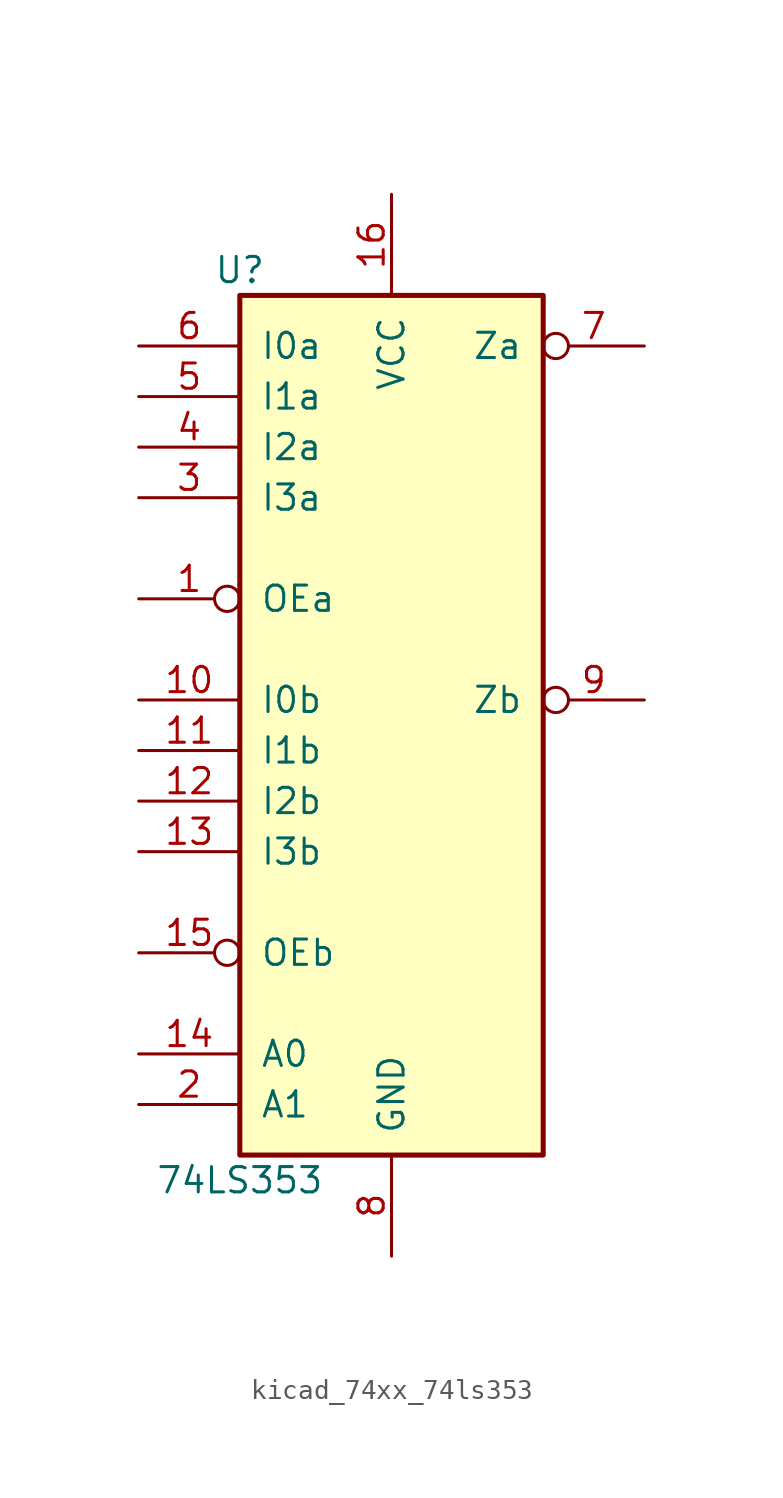
<source format=kicad_sym>
(kicad_symbol_lib
  (version 20220914)
  (generator kicad_symbol_editor)
  (symbol "kicad_74xx_74ls353"
    (pin_names
      (offset 1.016))
    (property "Reference" "U"
      (at -7.62 21.59 0)
      (effects (font (size 1.27 1.27))))
    (property "Value" "74LS353"
      (at -7.62 -24.13 0)
      (effects (font (size 1.27 1.27))))
    (property "ki_locked" ""
      (at 0 0 0)
      (effects (font (size 1.27 1.27))))
    (symbol "kicad_74xx_74ls353_1_0"
      (pin input inverted (at -12.7 5.08 0) (length 5.08) (name "OEa" (effects (font (size 1.27 1.27)))) (number "1" (effects (font (size 1.27 1.27)))))
      (pin input line (at -12.7 0 0) (length 5.08) (name "I0b" (effects (font (size 1.27 1.27)))) (number "10" (effects (font (size 1.27 1.27)))))
      (pin input line (at -12.7 -2.54 0) (length 5.08) (name "I1b" (effects (font (size 1.27 1.27)))) (number "11" (effects (font (size 1.27 1.27)))))
      (pin input line (at -12.7 -5.08 0) (length 5.08) (name "I2b" (effects (font (size 1.27 1.27)))) (number "12" (effects (font (size 1.27 1.27)))))
      (pin input line (at -12.7 -7.62 0) (length 5.08) (name "I3b" (effects (font (size 1.27 1.27)))) (number "13" (effects (font (size 1.27 1.27)))))
      (pin input line (at -12.7 -17.78 0) (length 5.08) (name "A0" (effects (font (size 1.27 1.27)))) (number "14" (effects (font (size 1.27 1.27)))))
      (pin input inverted (at -12.7 -12.7 0) (length 5.08) (name "OEb" (effects (font (size 1.27 1.27)))) (number "15" (effects (font (size 1.27 1.27)))))
      (pin power_in line (at 0 25.4 270) (length 5.08) (name "VCC" (effects (font (size 1.27 1.27)))) (number "16" (effects (font (size 1.27 1.27)))))
      (pin input line (at -12.7 -20.32 0) (length 5.08) (name "A1" (effects (font (size 1.27 1.27)))) (number "2" (effects (font (size 1.27 1.27)))))
      (pin input line (at -12.7 10.16 0) (length 5.08) (name "I3a" (effects (font (size 1.27 1.27)))) (number "3" (effects (font (size 1.27 1.27)))))
      (pin input line (at -12.7 12.7 0) (length 5.08) (name "I2a" (effects (font (size 1.27 1.27)))) (number "4" (effects (font (size 1.27 1.27)))))
      (pin input line (at -12.7 15.24 0) (length 5.08) (name "I1a" (effects (font (size 1.27 1.27)))) (number "5" (effects (font (size 1.27 1.27)))))
      (pin input line (at -12.7 17.78 0) (length 5.08) (name "I0a" (effects (font (size 1.27 1.27)))) (number "6" (effects (font (size 1.27 1.27)))))
      (pin tri_state inverted (at 12.7 17.78 180) (length 5.08) (name "Za" (effects (font (size 1.27 1.27)))) (number "7" (effects (font (size 1.27 1.27)))))
      (pin power_in line (at 0 -27.94 90) (length 5.08) (name "GND" (effects (font (size 1.27 1.27)))) (number "8" (effects (font (size 1.27 1.27)))))
      (pin tri_state inverted (at 12.7 0 180) (length 5.08) (name "Zb" (effects (font (size 1.27 1.27)))) (number "9" (effects (font (size 1.27 1.27))))))
    (symbol "kicad_74xx_74ls353_1_1"
      (rectangle (start -7.62 20.32) (end 7.62 -22.86) (stroke (width 0.254) (type default)) (fill (type background))))))
</source>
